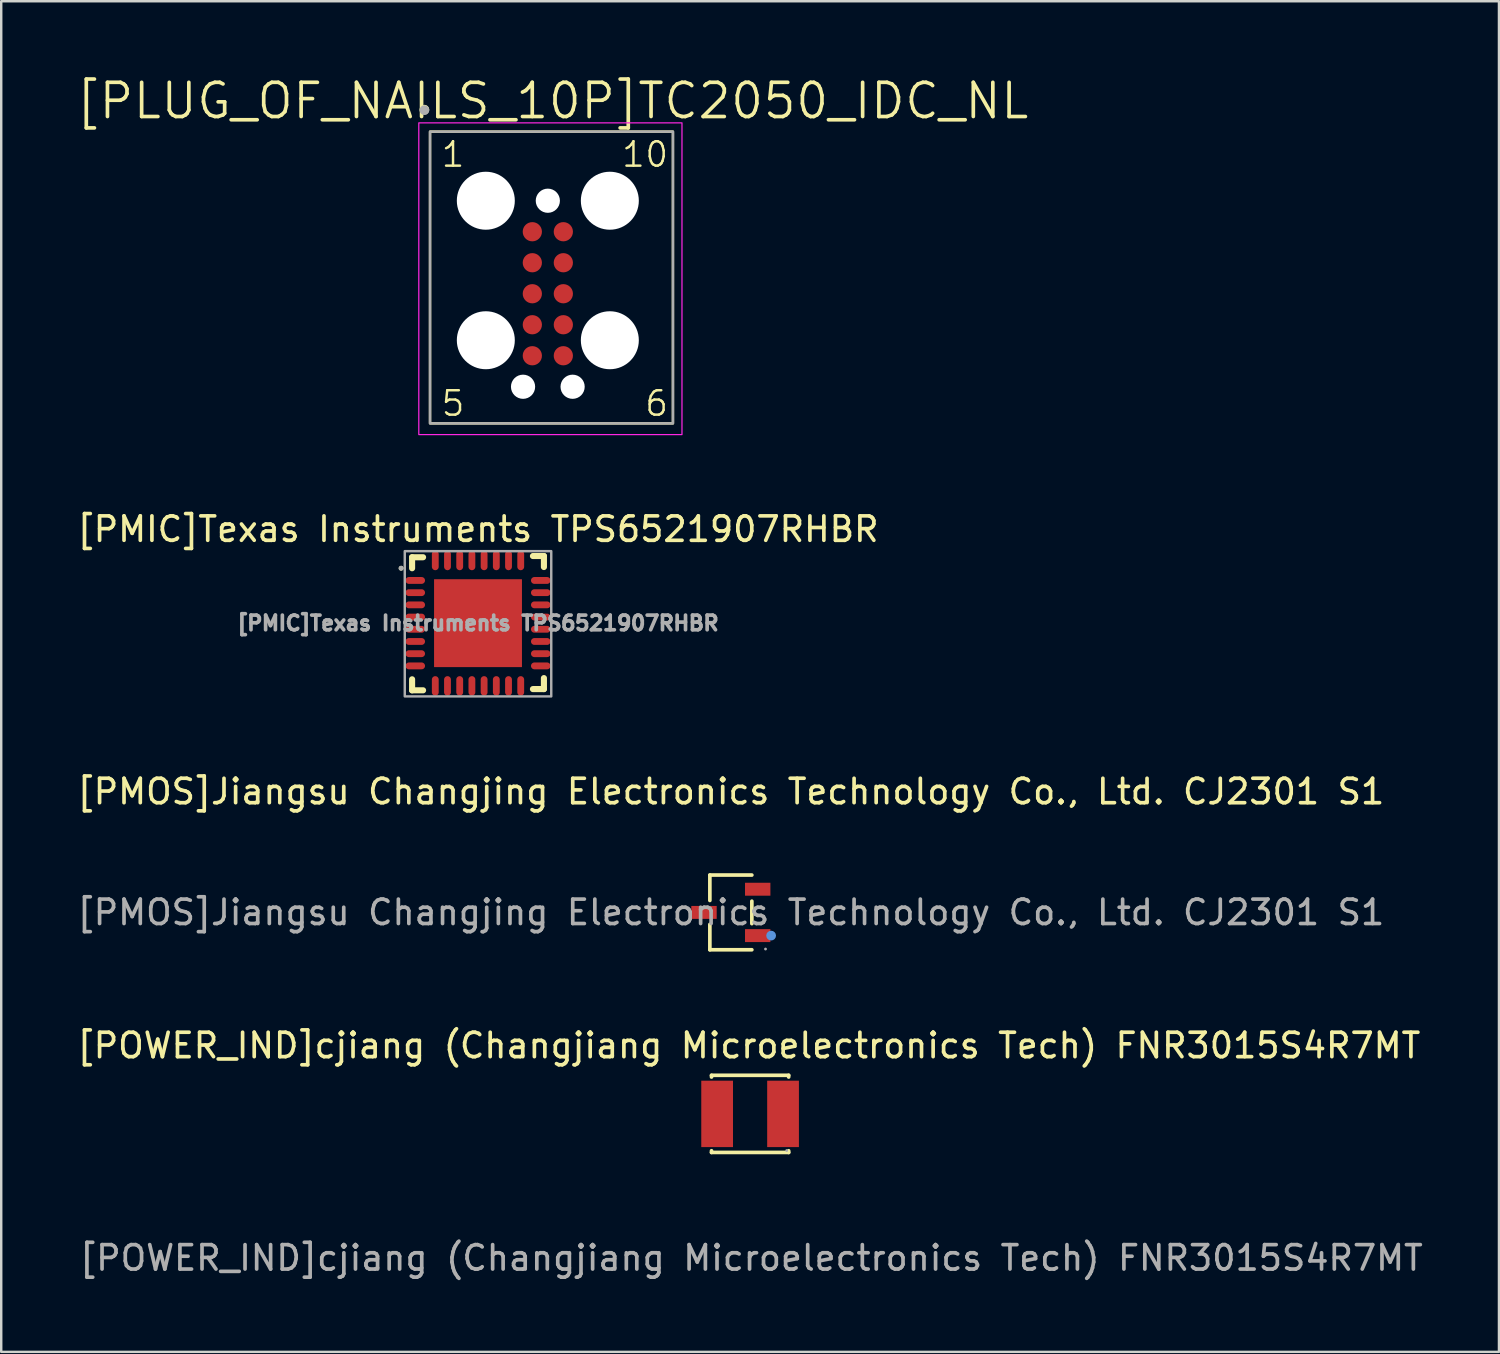
<source format=kicad_pcb>
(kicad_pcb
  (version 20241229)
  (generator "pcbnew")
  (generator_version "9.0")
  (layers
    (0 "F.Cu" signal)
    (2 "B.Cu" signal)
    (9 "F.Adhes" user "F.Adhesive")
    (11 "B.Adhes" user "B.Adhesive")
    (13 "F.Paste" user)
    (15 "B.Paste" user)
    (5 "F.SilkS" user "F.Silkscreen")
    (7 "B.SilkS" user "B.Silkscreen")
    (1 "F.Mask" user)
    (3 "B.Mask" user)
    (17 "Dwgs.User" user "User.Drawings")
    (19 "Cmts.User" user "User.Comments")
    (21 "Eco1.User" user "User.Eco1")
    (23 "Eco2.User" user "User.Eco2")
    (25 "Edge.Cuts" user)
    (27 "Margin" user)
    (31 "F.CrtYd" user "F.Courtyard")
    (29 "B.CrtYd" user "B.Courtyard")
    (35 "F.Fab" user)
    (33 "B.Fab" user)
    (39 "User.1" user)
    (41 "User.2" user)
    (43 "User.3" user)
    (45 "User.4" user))
  (footprint "[PLUG_OF_NAILS_10P]TC2050_IDC_NL"
    (layer "F.Cu")
    (at 18.755 6.442)
    (property "Reference" "[PLUG_OF_NAILS_10P]TC2050_IDC_NL" (at 0.83 -5.36 0) (layer "F.SilkS") (effects (font (size 1.4 1.4) (thickness 0.15))))
    (attr smd)
    (fp_rect (start -4.19 -4.1) (end 5.76 7.85) (stroke (width 0.1) (type default)) (fill no) (layer "F.SilkS"))
    (fp_circle (center -4.42 -5) (end -4.32 -5) (stroke (width 0.2) (type solid)) (fill no) (layer "F.SilkS"))
    (fp_rect (start -4.65 -4.46) (end 6.13 8.31) (stroke (width 0.05) (type default)) (fill no) (layer "F.CrtYd"))
    (fp_rect (start -4.19 -4.1) (end 5.76 7.85) (stroke (width 0.1) (type default)) (fill no) (layer "F.Fab"))
    (fp_circle (center -4.42 -4.98) (end -4.32 -4.98) (stroke (width 0.2) (type solid)) (fill no) (layer "F.Fab"))
    (fp_text user "6" (at 4.55 7.62 0) (unlocked yes) (layer "F.SilkS") (effects (font (size 1 1) (thickness 0.1)) (justify left bottom)))
    (fp_text user "10" (at 3.6 -2.58 0) (unlocked yes) (layer "F.SilkS") (effects (font (size 1 1) (thickness 0.1)) (justify left bottom)))
    (fp_text user "1" (at -3.79 -2.58 0) (unlocked yes) (layer "F.SilkS") (effects (font (size 1 1) (thickness 0.1)) (justify left bottom)))
    (fp_text user "5" (at -3.79 7.62 0) (unlocked yes) (layer "F.SilkS") (effects (font (size 1 1) (thickness 0.1)) (justify left bottom)))
    (pad "" np_thru_hole circle (at -1.905 -1.27) (size 2.375 2.375) (drill 2.375) (layers "*.Cu" "*.Mask"))
    (pad "" np_thru_hole circle (at -1.905 4.445) (size 2.375 2.375) (drill 2.375) (layers "*.Cu" "*.Mask"))
    (pad "" np_thru_hole circle (at -0.38 6.35) (size 0.991 0.991) (drill 0.991) (layers "*.Cu" "*.Mask"))
    (pad "" np_thru_hole circle (at 0.635 -1.27) (size 0.991 0.991) (drill 0.991) (layers "*.Cu" "*.Mask"))
    (pad "" np_thru_hole circle (at 1.65 6.35) (size 0.991 0.991) (drill 0.991) (layers "*.Cu" "*.Mask"))
    (pad "" np_thru_hole circle (at 3.175 -1.27) (size 2.375 2.375) (drill 2.375) (layers "*.Cu" "*.Mask"))
    (pad "" np_thru_hole circle (at 3.175 4.445) (size 2.375 2.375) (drill 2.375) (layers "*.Cu" "*.Mask"))
    (pad "1" smd circle (at 0 0 270) (size 0.787 0.787) (layers "F.Cu" "F.Mask"))
    (pad "2" smd circle (at 0 1.27 270) (size 0.787 0.787) (layers "F.Cu" "F.Mask"))
    (pad "3" smd circle (at 0 2.54 270) (size 0.787 0.787) (layers "F.Cu" "F.Mask"))
    (pad "4" smd circle (at 0 3.81 270) (size 0.787 0.787) (layers "F.Cu" "F.Mask"))
    (pad "5" smd circle (at 0 5.08 270) (size 0.787 0.787) (layers "F.Cu" "F.Mask"))
    (pad "6" smd circle (at 1.27 5.08 90) (size 0.787 0.787) (layers "F.Cu" "F.Mask"))
    (pad "7" smd circle (at 1.27 3.81 90) (size 0.787 0.787) (layers "F.Cu" "F.Mask"))
    (pad "8" smd circle (at 1.27 2.54 90) (size 0.787 0.787) (layers "F.Cu" "F.Mask"))
    (pad "9" smd circle (at 1.27 1.27 90) (size 0.787 0.787) (layers "F.Cu" "F.Mask"))
    (pad "10" smd circle (at 1.27 0 90) (size 0.787 0.787) (layers "F.Cu" "F.Mask"))
    (zone (net_name "") (layers "F.Cu" "B.Cu") (hatch edge 0.5) (connect_pads) (min_thickness 0.25) (filled_areas_thickness no) (keepout (tracks not_allowed) (vias not_allowed) (pads not_allowed) (copperpour allowed) (footprints allowed)) (placement (enabled no)) (fill) (polygon (pts (xy 18.745 6.432) (xy 20.005 6.432) (xy 20.025 11.522) (xy 18.755 11.522)))))
  (footprint "[PMOS]Jiangsu Changjing Electronics Technology Co., Ltd. CJ2301 S1"
    (layer "F.Cu")
    (at 26.887 34.324)
    (property "Reference" "[PMOS]Jiangsu Changjing Electronics Technology Co., Ltd. CJ2301 S1" (at 0 -4.95 0) (layer "F.SilkS") (effects (font (size 1 1) (thickness 0.15))))
    (attr smd)
    (fp_line (start -0.86 -1.53) (end -0.86 -0.49) (stroke (width 0.15) (type solid)) (layer "F.SilkS"))
    (fp_line (start -0.86 1.53) (end -0.86 0.49) (stroke (width 0.15) (type solid)) (layer "F.SilkS"))
    (fp_line (start 0.86 -1.53) (end -0.86 -1.53) (stroke (width 0.15) (type solid)) (layer "F.SilkS"))
    (fp_line (start 0.86 -0.46) (end 0.86 0.46) (stroke (width 0.15) (type solid)) (layer "F.SilkS"))
    (fp_line (start 0.86 1.53) (end -0.86 1.53) (stroke (width 0.15) (type solid)) (layer "F.SilkS"))
    (fp_circle (center 1.65 0.95) (end 1.75 0.95) (stroke (width 0.2) (type solid)) (fill no) (layer "Cmts.User"))
    (fp_circle (center 1.42 1.5) (end 1.45 1.5) (stroke (width 0.06) (type solid)) (fill no) (layer "F.Fab"))
    (fp_text user "${REFERENCE}" (at 0 0 0) (layer "F.Fab") (effects (font (size 1 1) (thickness 0.15))))
    (pad "1" smd rect (at 1.1 0.95) (size 1.04 0.53) (layers "F.Cu" "F.Mask" "F.Paste"))
    (pad "2" smd rect (at 1.1 -0.95) (size 1.04 0.53) (layers "F.Cu" "F.Mask" "F.Paste"))
    (pad "3" smd rect (at -1.1 0) (size 1.04 0.53) (layers "F.Cu" "F.Mask" "F.Paste")))
  (footprint "[PMIC]Texas Instruments TPS6521907RHBR"
    (layer "F.Cu")
    (at 16.53 22.476)
    (property "Reference" "[PMIC]Texas Instruments TPS6521907RHBR" (at 0 -3.85 0) (layer "F.SilkS") (effects (font (size 1 1) (thickness 0.15))))
    (attr through_hole)
    (fp_line (start -2.7 -2.7) (end -2.25 -2.7) (stroke (width 0.25) (type solid)) (layer "F.SilkS"))
    (fp_line (start -2.7 -2.25) (end -2.7 -2.7) (stroke (width 0.25) (type solid)) (layer "F.SilkS"))
    (fp_line (start -2.7 2.3) (end -2.7 2.75) (stroke (width 0.25) (type solid)) (layer "F.SilkS"))
    (fp_line (start -2.7 2.75) (end -2.25 2.75) (stroke (width 0.25) (type solid)) (layer "F.SilkS"))
    (fp_line (start 2.25 2.7) (end 2.7 2.7) (stroke (width 0.25) (type solid)) (layer "F.SilkS"))
    (fp_line (start 2.7 -2.75) (end 2.25 -2.75) (stroke (width 0.25) (type solid)) (layer "F.SilkS"))
    (fp_line (start 2.7 -2.3) (end 2.7 -2.75) (stroke (width 0.25) (type solid)) (layer "F.SilkS"))
    (fp_line (start 2.7 2.7) (end 2.7 2.25) (stroke (width 0.25) (type solid)) (layer "F.SilkS"))
    (fp_circle (center -3.15 -2.25) (end -3.15 -2.2) (stroke (width 0.1) (type solid)) (fill no) (layer "F.SilkS"))
    (fp_rect (start -3 -2.95) (end 3 3) (stroke (width 0.1) (type default)) (fill no) (layer "F.Fab"))
    (fp_circle (center -3.15 -2.25) (end -3.15 -2.2) (stroke (width 0.1) (type solid)) (fill no) (layer "F.Fab"))
    (fp_text user "${REFERENCE}" (at 0 0 0) (layer "F.Fab") (effects (font (size 0.6 0.6) (thickness 0.15))))
    (pad "1" smd oval (at -2.57 -1.75 270) (size 0.28 0.8) (layers "F.Cu" "F.Mask" "F.Paste"))
    (pad "2" smd oval (at -2.57 -1.25 270) (size 0.28 0.8) (layers "F.Cu" "F.Mask" "F.Paste"))
    (pad "3" smd oval (at -2.57 -0.75 270) (size 0.28 0.8) (layers "F.Cu" "F.Mask" "F.Paste"))
    (pad "4" smd oval (at -2.57 -0.25 270) (size 0.28 0.8) (layers "F.Cu" "F.Mask" "F.Paste"))
    (pad "5" smd oval (at -2.57 0.25 270) (size 0.28 0.8) (layers "F.Cu" "F.Mask" "F.Paste"))
    (pad "6" smd oval (at -2.57 0.75 270) (size 0.28 0.8) (layers "F.Cu" "F.Mask" "F.Paste"))
    (pad "7" smd oval (at -2.57 1.25 270) (size 0.28 0.8) (layers "F.Cu" "F.Mask" "F.Paste"))
    (pad "8" smd oval (at -2.57 1.75 270) (size 0.28 0.8) (layers "F.Cu" "F.Mask" "F.Paste"))
    (pad "9" smd oval (at -1.75 2.57 270) (size 0.8 0.28) (layers "F.Cu" "F.Mask" "F.Paste"))
    (pad "10" smd oval (at -1.25 2.57 270) (size 0.8 0.28) (layers "F.Cu" "F.Mask" "F.Paste"))
    (pad "11" smd oval (at -0.75 2.57 270) (size 0.8 0.28) (layers "F.Cu" "F.Mask" "F.Paste"))
    (pad "12" smd oval (at -0.25 2.57 270) (size 0.8 0.28) (layers "F.Cu" "F.Mask" "F.Paste"))
    (pad "13" smd oval (at 0.25 2.57 270) (size 0.8 0.28) (layers "F.Cu" "F.Mask" "F.Paste"))
    (pad "14" smd oval (at 0.75 2.57 270) (size 0.8 0.28) (layers "F.Cu" "F.Mask" "F.Paste"))
    (pad "15" smd oval (at 1.25 2.57 270) (size 0.8 0.28) (layers "F.Cu" "F.Mask" "F.Paste"))
    (pad "16" smd oval (at 1.75 2.57 270) (size 0.8 0.28) (layers "F.Cu" "F.Mask" "F.Paste"))
    (pad "17" smd oval (at 2.57 1.75 270) (size 0.28 0.8) (layers "F.Cu" "F.Mask" "F.Paste"))
    (pad "18" smd oval (at 2.57 1.25 270) (size 0.28 0.8) (layers "F.Cu" "F.Mask" "F.Paste"))
    (pad "19" smd oval (at 2.57 0.75 270) (size 0.28 0.8) (layers "F.Cu" "F.Mask" "F.Paste"))
    (pad "20" smd oval (at 2.57 0.25 270) (size 0.28 0.8) (layers "F.Cu" "F.Mask" "F.Paste"))
    (pad "21" smd oval (at 2.57 -0.25 270) (size 0.28 0.8) (layers "F.Cu" "F.Mask" "F.Paste"))
    (pad "22" smd oval (at 2.57 -0.75 270) (size 0.28 0.8) (layers "F.Cu" "F.Mask" "F.Paste"))
    (pad "23" smd oval (at 2.57 -1.25 270) (size 0.28 0.8) (layers "F.Cu" "F.Mask" "F.Paste"))
    (pad "24" smd oval (at 2.57 -1.75 270) (size 0.28 0.8) (layers "F.Cu" "F.Mask" "F.Paste"))
    (pad "25" smd oval (at 1.75 -2.57 270) (size 0.8 0.28) (layers "F.Cu" "F.Mask" "F.Paste"))
    (pad "26" smd oval (at 1.25 -2.57 270) (size 0.8 0.28) (layers "F.Cu" "F.Mask" "F.Paste"))
    (pad "27" smd oval (at 0.75 -2.57 270) (size 0.8 0.28) (layers "F.Cu" "F.Mask" "F.Paste"))
    (pad "28" smd oval (at 0.25 -2.57 270) (size 0.8 0.28) (layers "F.Cu" "F.Mask" "F.Paste"))
    (pad "29" smd oval (at -0.25 -2.57 270) (size 0.8 0.28) (layers "F.Cu" "F.Mask" "F.Paste"))
    (pad "30" smd oval (at -0.75 -2.57 270) (size 0.8 0.28) (layers "F.Cu" "F.Mask" "F.Paste"))
    (pad "31" smd oval (at -1.25 -2.57 270) (size 0.8 0.28) (layers "F.Cu" "F.Mask" "F.Paste"))
    (pad "32" smd oval (at -1.75 -2.57 270) (size 0.8 0.28) (layers "F.Cu" "F.Mask" "F.Paste"))
    (pad "33" smd rect (at 0 0 270) (size 3.6 3.6) (layers "F.Cu" "F.Mask" "F.Paste")))
  (footprint "[POWER_IND]cjiang (Changjiang Microelectronics Tech) FNR3015S4R7MT"
    (layer "F.Cu")
    (at 27.675 42.577)
    (property "Reference" "[POWER_IND]cjiang (Changjiang Microelectronics Tech) FNR3015S4R7MT" (at -0.05 -2.8 0) (layer "F.SilkS") (effects (font (size 1 1) (thickness 0.15))))
    (attr smd)
    (fp_line (start -1.58 -1.58) (end 1.58 -1.58) (stroke (width 0.15) (type solid)) (layer "F.SilkS"))
    (fp_line (start -1.58 -1.51) (end -1.58 -1.58) (stroke (width 0.15) (type solid)) (layer "F.SilkS"))
    (fp_line (start -1.58 1.51) (end -1.58 1.58) (stroke (width 0.15) (type solid)) (layer "F.SilkS"))
    (fp_line (start -1.58 1.58) (end 1.58 1.58) (stroke (width 0.15) (type solid)) (layer "F.SilkS"))
    (fp_line (start 1.58 -1.58) (end 1.58 -1.51) (stroke (width 0.15) (type solid)) (layer "F.SilkS"))
    (fp_line (start 1.58 1.58) (end 1.58 1.51) (stroke (width 0.15) (type solid)) (layer "F.SilkS"))
    (fp_circle (center 1.5 1.5) (end 1.53 1.5) (stroke (width 0.06) (type solid)) (fill no) (layer "F.Fab"))
    (fp_text user "${REFERENCE}" (at 0.05 5.9 0) (layer "F.Fab") (effects (font (size 1 1) (thickness 0.15))))
    (pad "1" smd rect (at 1.35 0) (size 1.3 2.72) (layers "F.Cu" "F.Mask" "F.Paste"))
    (pad "2" smd rect (at -1.35 0) (size 1.3 2.72) (layers "F.Cu" "F.Mask" "F.Paste")))
  (gr_rect
    (start -3 -3)
    (end 58.35 52.325)
    (stroke (width 0.1) (type default))
    (fill no)
    (layer "Edge.Cuts")))
</source>
